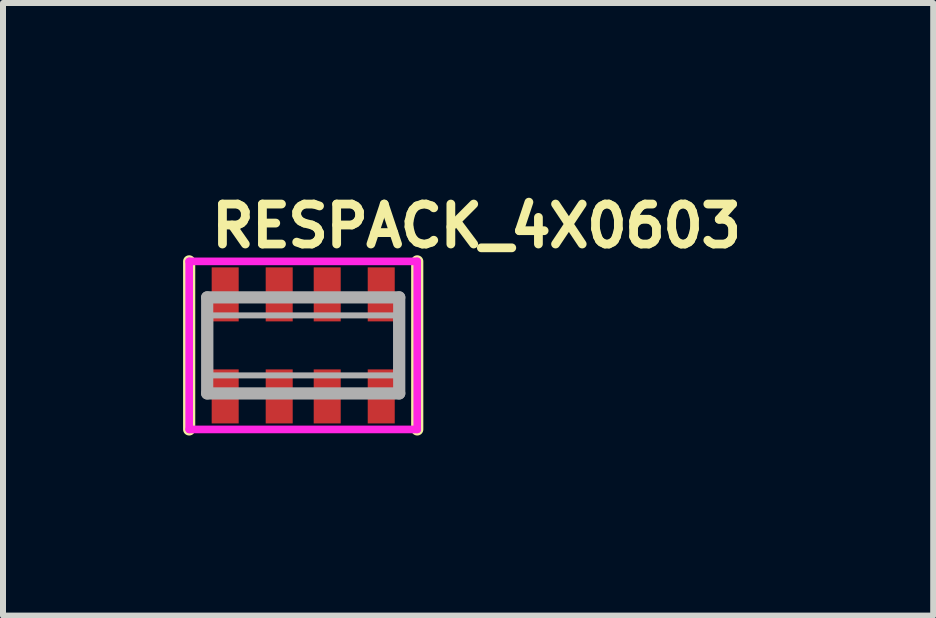
<source format=kicad_pcb>
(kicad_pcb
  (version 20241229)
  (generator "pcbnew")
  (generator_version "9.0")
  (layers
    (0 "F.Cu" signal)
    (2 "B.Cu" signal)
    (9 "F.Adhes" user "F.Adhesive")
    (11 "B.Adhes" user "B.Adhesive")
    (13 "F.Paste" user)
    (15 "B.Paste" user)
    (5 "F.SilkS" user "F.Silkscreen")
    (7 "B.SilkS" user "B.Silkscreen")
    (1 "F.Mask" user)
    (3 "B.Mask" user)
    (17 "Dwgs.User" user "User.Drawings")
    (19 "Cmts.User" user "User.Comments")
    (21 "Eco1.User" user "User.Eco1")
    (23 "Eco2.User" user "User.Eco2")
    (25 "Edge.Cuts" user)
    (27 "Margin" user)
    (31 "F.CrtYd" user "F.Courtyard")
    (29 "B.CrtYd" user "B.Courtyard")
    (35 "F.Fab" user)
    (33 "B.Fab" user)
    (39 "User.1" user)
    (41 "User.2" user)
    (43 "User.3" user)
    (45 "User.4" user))
  (footprint "RESPACK_4X0603"
    (layer "F.Cu")
    (at 2.002 2.705)
    (property "Reference" "RESPACK_4X0603" (at -1.6 -1.6 0) (layer "F.SilkS") (effects (font (size 0.666 0.666) (thickness 0.146)) (justify left bottom)))
    (fp_line (start -1.9 1.4) (end -1.9 -1.4) (stroke (width 0.203) (type solid)) (layer "F.SilkS"))
    (fp_line (start 1.9 -1.4) (end 1.9 1.4) (stroke (width 0.203) (type solid)) (layer "F.SilkS"))
    (fp_line (start -1.9 -1.4) (end 1.9 -1.4) (stroke (width 0.127) (type solid)) (layer "F.CrtYd"))
    (fp_line (start -1.9 1.4) (end -1.9 -1.4) (stroke (width 0.127) (type solid)) (layer "F.CrtYd"))
    (fp_line (start -1.9 1.4) (end 1.9 1.4) (stroke (width 0.127) (type solid)) (layer "F.CrtYd"))
    (fp_line (start 1.9 -1.4) (end 1.9 1.4) (stroke (width 0.127) (type solid)) (layer "F.CrtYd"))
    (fp_line (start -1.6 -0.8) (end 1.6 -0.8) (stroke (width 0.203) (type solid)) (layer "F.Fab"))
    (fp_line (start -1.6 0.8) (end -1.6 -0.8) (stroke (width 0.203) (type solid)) (layer "F.Fab"))
    (fp_line (start 1.6 -0.8) (end 1.6 0.8) (stroke (width 0.203) (type solid)) (layer "F.Fab"))
    (fp_line (start 1.6 0.8) (end -1.6 0.8) (stroke (width 0.203) (type solid)) (layer "F.Fab"))
    (fp_poly (pts (xy -1.55 0.5) (xy 1.55 0.5) (xy 1.55 -0.5) (xy -1.55 -0.5)) (stroke (width 0.1) (type solid)) (fill no) (layer "F.Fab"))
    (pad "1" smd rect (at -1.3 0.85) (size 0.45 0.9) (layers "F.Cu" "F.Mask" "F.Paste"))
    (pad "2" smd rect (at -0.4 0.85) (size 0.45 0.9) (layers "F.Cu" "F.Mask" "F.Paste"))
    (pad "3" smd rect (at 0.4 0.85) (size 0.45 0.9) (layers "F.Cu" "F.Mask" "F.Paste"))
    (pad "4" smd rect (at 1.3 0.85) (size 0.45 0.9) (layers "F.Cu" "F.Mask" "F.Paste"))
    (pad "5" smd rect (at 1.3 -0.85) (size 0.45 0.9) (layers "F.Cu" "F.Mask" "F.Paste"))
    (pad "6" smd rect (at 0.4 -0.85) (size 0.45 0.9) (layers "F.Cu" "F.Mask" "F.Paste"))
    (pad "7" smd rect (at -0.4 -0.85) (size 0.45 0.9) (layers "F.Cu" "F.Mask" "F.Paste"))
    (pad "8" smd rect (at -1.3 -0.85) (size 0.45 0.9) (layers "F.Cu" "F.Mask" "F.Paste")))
  (gr_rect
    (start -3 -3)
    (end 12.499 7.207)
    (stroke (width 0.1) (type default))
    (fill no)
    (layer "Edge.Cuts")))
</source>
